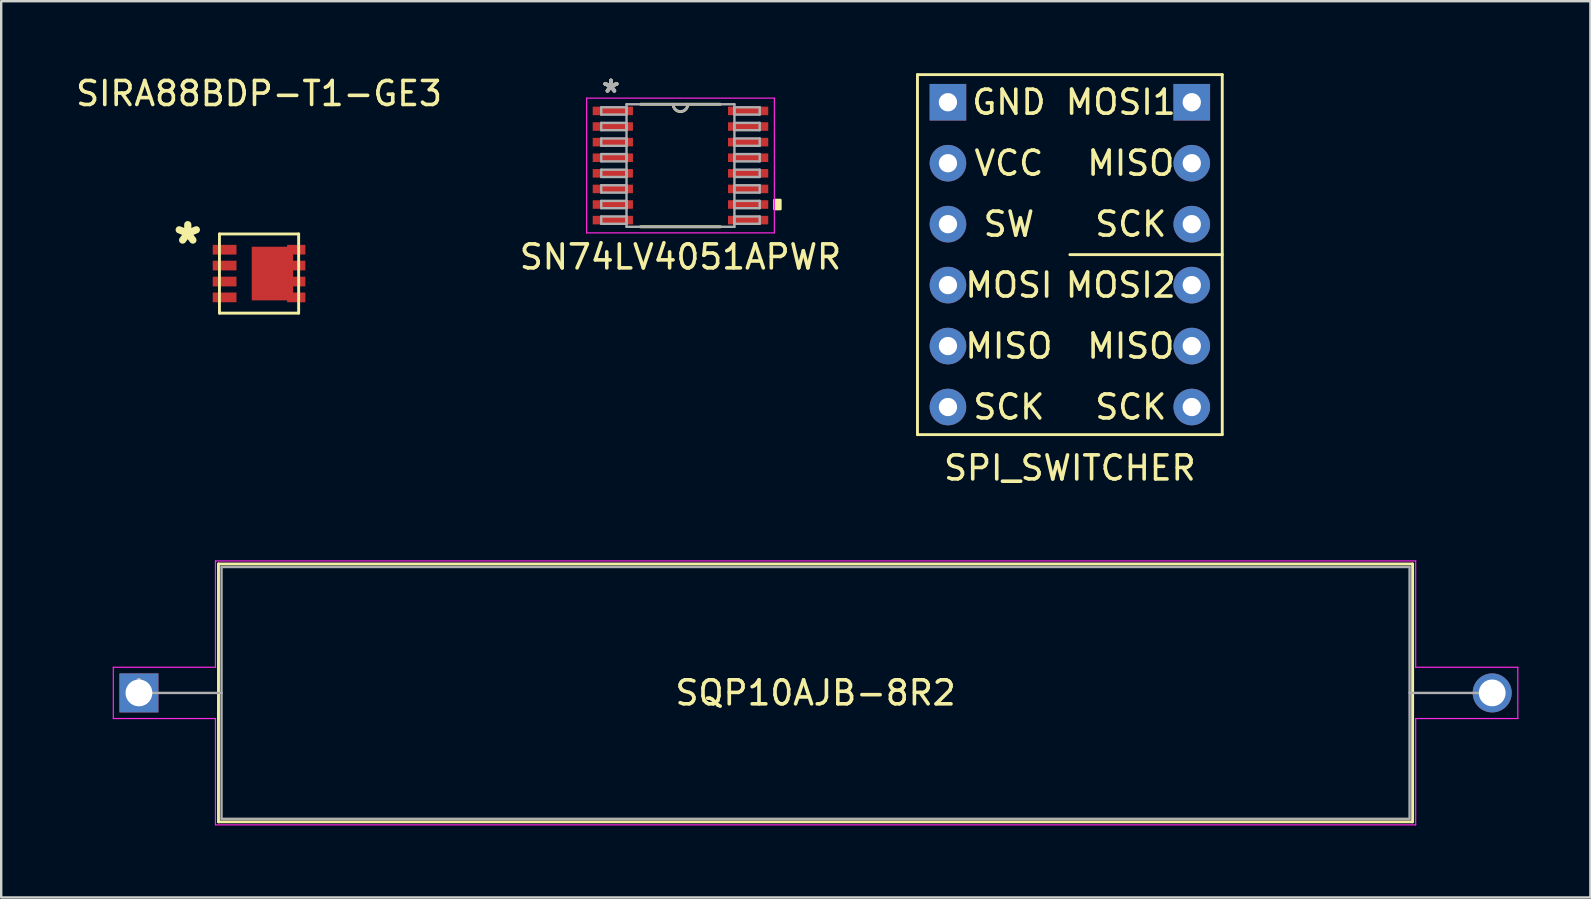
<source format=kicad_pcb>
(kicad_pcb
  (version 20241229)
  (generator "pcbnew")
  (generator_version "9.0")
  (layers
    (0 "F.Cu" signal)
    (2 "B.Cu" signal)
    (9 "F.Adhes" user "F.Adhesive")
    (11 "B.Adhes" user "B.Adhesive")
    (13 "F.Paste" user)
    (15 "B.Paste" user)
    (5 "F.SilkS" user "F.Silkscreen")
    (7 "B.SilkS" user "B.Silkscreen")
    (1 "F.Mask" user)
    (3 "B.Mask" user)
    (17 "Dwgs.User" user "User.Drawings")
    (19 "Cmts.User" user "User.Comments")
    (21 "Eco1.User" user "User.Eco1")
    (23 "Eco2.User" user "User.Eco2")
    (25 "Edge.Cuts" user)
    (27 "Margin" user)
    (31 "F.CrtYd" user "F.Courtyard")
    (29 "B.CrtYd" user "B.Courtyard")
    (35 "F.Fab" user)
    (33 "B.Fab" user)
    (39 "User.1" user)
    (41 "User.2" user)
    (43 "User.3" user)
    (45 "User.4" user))
  (footprint "SQP10AJB-8R2"
    (layer "F.Cu")
    (at 2.739 25.822)
    (property "Reference" "SQP10AJB-8R2" (at 28.194 0 0) (layer "F.SilkS") (effects (font (size 1 1) (thickness 0.15))))
    (attr through_hole)
    (fp_line (start 3.315 -5.372) (end 3.315 5.372) (stroke (width 0.12) (type solid)) (layer "F.SilkS"))
    (fp_line (start 3.315 5.372) (end 53.073 5.372) (stroke (width 0.12) (type solid)) (layer "F.SilkS"))
    (fp_line (start 53.073 -5.372) (end 3.315 -5.372) (stroke (width 0.12) (type solid)) (layer "F.SilkS"))
    (fp_line (start 53.073 5.372) (end 53.073 -5.372) (stroke (width 0.12) (type solid)) (layer "F.SilkS"))
    (fp_line (start -1.067 -1.067) (end 3.188 -1.067) (stroke (width 0.05) (type solid)) (layer "F.CrtYd"))
    (fp_line (start -1.067 1.067) (end -1.067 -1.067) (stroke (width 0.05) (type solid)) (layer "F.CrtYd"))
    (fp_line (start 3.188 -5.499) (end 53.2 -5.499) (stroke (width 0.05) (type solid)) (layer "F.CrtYd"))
    (fp_line (start 3.188 -1.067) (end 3.188 -5.499) (stroke (width 0.05) (type solid)) (layer "F.CrtYd"))
    (fp_line (start 3.188 1.067) (end -1.067 1.067) (stroke (width 0.05) (type solid)) (layer "F.CrtYd"))
    (fp_line (start 3.188 5.499) (end 3.188 1.067) (stroke (width 0.05) (type solid)) (layer "F.CrtYd"))
    (fp_line (start 53.2 -5.499) (end 53.2 -1.067) (stroke (width 0.05) (type solid)) (layer "F.CrtYd"))
    (fp_line (start 53.2 -1.067) (end 57.455 -1.067) (stroke (width 0.05) (type solid)) (layer "F.CrtYd"))
    (fp_line (start 53.2 1.067) (end 53.2 5.499) (stroke (width 0.05) (type solid)) (layer "F.CrtYd"))
    (fp_line (start 53.2 5.499) (end 3.188 5.499) (stroke (width 0.05) (type solid)) (layer "F.CrtYd"))
    (fp_line (start 57.455 -1.067) (end 57.455 1.067) (stroke (width 0.05) (type solid)) (layer "F.CrtYd"))
    (fp_line (start 57.455 1.067) (end 53.2 1.067) (stroke (width 0.05) (type solid)) (layer "F.CrtYd"))
    (fp_line (start 0 0) (end 3.442 0) (stroke (width 0.1) (type solid)) (layer "F.Fab"))
    (fp_line (start 3.442 -5.245) (end 3.442 5.245) (stroke (width 0.1) (type solid)) (layer "F.Fab"))
    (fp_line (start 3.442 5.245) (end 52.946 5.245) (stroke (width 0.1) (type solid)) (layer "F.Fab"))
    (fp_line (start 52.946 -5.245) (end 3.442 -5.245) (stroke (width 0.1) (type solid)) (layer "F.Fab"))
    (fp_line (start 52.946 5.245) (end 52.946 -5.245) (stroke (width 0.1) (type solid)) (layer "F.Fab"))
    (fp_line (start 56.388 0) (end 52.946 0) (stroke (width 0.1) (type solid)) (layer "F.Fab"))
    (fp_text user "*" (at 0 0 0) (layer "F.SilkS") (effects (font (size 1 1) (thickness 0.15))))
    (fp_text user "Copyright 2021 Accelerated Designs. All rights reserved." (at 0 0 0) (layer "Cmts.User") (effects (font (size 0.127 0.127) (thickness 0.002))))
    (fp_text user "*" (at 0 0 0) (layer "F.Fab") (effects (font (size 1 1) (thickness 0.15))))
    (pad "1" thru_hole rect (at 0 0) (size 1.626 1.626) (drill 1.118) (layers "*.Cu" "*.Mask"))
    (pad "2" thru_hole circle (at 56.388 0) (size 1.626 1.626) (drill 1.118) (layers "*.Cu" "*.Mask")))
  (footprint "SPI_SWITCHER"
    (layer "F.Cu")
    (at 36.449 1.21)
    (property "Reference" "SPI_SWITCHER" (at 5.08 15.24 0) (layer "F.SilkS") (effects (font (size 1 1) (thickness 0.15))))
    (attr through_hole)
    (fp_line (start -1.27 -1.15) (end 11.43 -1.15) (stroke (width 0.12) (type solid)) (layer "F.SilkS"))
    (fp_line (start -1.27 13.85) (end -1.27 -1.15) (stroke (width 0.12) (type solid)) (layer "F.SilkS"))
    (fp_line (start 11.43 -1.15) (end 11.43 13.85) (stroke (width 0.12) (type solid)) (layer "F.SilkS"))
    (fp_line (start 11.43 6.35) (end 5.08 6.35) (stroke (width 0.12) (type solid)) (layer "F.SilkS"))
    (fp_line (start 11.43 13.85) (end -1.27 13.85) (stroke (width 0.12) (type solid)) (layer "F.SilkS"))
    (fp_text user "SCK" (at 7.62 12.7 0) (layer "F.SilkS") (effects (font (size 1 1) (thickness 0.15))))
    (fp_text user "MOSI1" (at 7.2 0 0) (layer "F.SilkS") (effects (font (size 1 1) (thickness 0.15))))
    (fp_text user "VCC" (at 2.54 2.54 0) (layer "F.SilkS") (effects (font (size 1 1) (thickness 0.15))))
    (fp_text user "SCK" (at 7.62 5.08 0) (layer "F.SilkS") (effects (font (size 1 1) (thickness 0.15))))
    (fp_text user "SW" (at 2.54 5.08 0) (layer "F.SilkS") (effects (font (size 1 1) (thickness 0.15))))
    (fp_text user "SCK" (at 2.54 12.7 0) (layer "F.SilkS") (effects (font (size 1 1) (thickness 0.15))))
    (fp_text user "MOSI" (at 2.54 7.62 0) (layer "F.SilkS") (effects (font (size 1 1) (thickness 0.15))))
    (fp_text user "MISO" (at 7.62 10.16 0) (layer "F.SilkS") (effects (font (size 1 1) (thickness 0.15))))
    (fp_text user "GND" (at 2.54 0 0) (layer "F.SilkS") (effects (font (size 1 1) (thickness 0.15))))
    (fp_text user "MOSI2" (at 7.2 7.62 0) (layer "F.SilkS") (effects (font (size 1 1) (thickness 0.15))))
    (fp_text user "MISO" (at 7.62 2.54 0) (layer "F.SilkS") (effects (font (size 1 1) (thickness 0.15))))
    (fp_text user "MISO" (at 2.54 10.16 0) (layer "F.SilkS") (effects (font (size 1 1) (thickness 0.15))))
    (pad "1" thru_hole rect (at 0 0) (size 1.524 1.524) (drill 0.762) (layers "*.Cu" "*.Mask"))
    (pad "2" thru_hole circle (at 0 2.54) (size 1.524 1.524) (drill 0.762) (layers "*.Cu" "*.Mask"))
    (pad "3" thru_hole circle (at 0 5.08) (size 1.524 1.524) (drill 0.762) (layers "*.Cu" "*.Mask"))
    (pad "4" thru_hole circle (at 0 7.62) (size 1.524 1.524) (drill 0.762) (layers "*.Cu" "*.Mask"))
    (pad "5" thru_hole circle (at 0 10.16) (size 1.524 1.524) (drill 0.762) (layers "*.Cu" "*.Mask"))
    (pad "6" thru_hole circle (at 0 12.7) (size 1.524 1.524) (drill 0.762) (layers "*.Cu" "*.Mask"))
    (pad "7" thru_hole circle (at 10.16 12.7) (size 1.524 1.524) (drill 0.762) (layers "*.Cu" "*.Mask"))
    (pad "8" thru_hole circle (at 10.16 10.16) (size 1.524 1.524) (drill 0.762) (layers "*.Cu" "*.Mask"))
    (pad "9" thru_hole circle (at 10.16 7.62) (size 1.524 1.524) (drill 0.762) (layers "*.Cu" "*.Mask"))
    (pad "10" thru_hole circle (at 10.16 5.08) (size 1.524 1.524) (drill 0.762) (layers "*.Cu" "*.Mask"))
    (pad "11" thru_hole circle (at 10.16 2.54) (size 1.524 1.524) (drill 0.762) (layers "*.Cu" "*.Mask"))
    (pad "12" thru_hole rect (at 10.16 0) (size 1.524 1.524) (drill 0.762) (layers "*.Cu" "*.Mask")))
  (footprint "SIRA88BDP-T1-GE3"
    (layer "F.Cu")
    (at 7.744 8.348)
    (property "Reference" "SIRA88BDP-T1-GE3" (at 0 -7.5 0) (layer "F.SilkS") (effects (font (size 1 1) (thickness 0.15))))
    (attr through_hole)
    (fp_line (start -1.65 -1.65) (end 1.65 -1.65) (stroke (width 0.12) (type solid)) (layer "F.SilkS"))
    (fp_line (start -1.65 1.65) (end -1.65 -1.65) (stroke (width 0.12) (type solid)) (layer "F.SilkS"))
    (fp_line (start 1.65 -1.65) (end 1.65 1.65) (stroke (width 0.12) (type solid)) (layer "F.SilkS"))
    (fp_line (start 1.65 1.65) (end -1.65 1.65) (stroke (width 0.12) (type solid)) (layer "F.SilkS"))
    (fp_text user "*" (at -2.97 -1.215 0) (layer "F.SilkS") (effects (font (size 1.5 1.5) (thickness 0.3))))
    (pad "1" smd rect (at -1.435 -0.993) (size 0.99 0.405) (layers "F.Cu" "F.Mask" "F.Paste"))
    (pad "2" smd rect (at -1.435 -0.333) (size 0.99 0.405) (layers "F.Cu" "F.Mask" "F.Paste"))
    (pad "3" smd rect (at -1.435 0.333) (size 0.99 0.405) (layers "F.Cu" "F.Mask" "F.Paste"))
    (pad "4" smd rect (at -1.435 0.993) (size 0.99 0.405) (layers "F.Cu" "F.Mask" "F.Paste"))
    (pad "5" smd rect (at 1.55 0.993) (size 0.76 0.405) (layers "F.Cu" "F.Mask" "F.Paste"))
    (pad "6" smd rect (at 1.55 0.333) (size 0.76 0.405) (layers "F.Cu" "F.Mask" "F.Paste"))
    (pad "7" smd rect (at 1.55 -0.333) (size 0.76 0.405) (layers "F.Cu" "F.Mask" "F.Paste"))
    (pad "8" smd rect (at 1.55 -0.993) (size 0.76 0.405) (layers "F.Cu" "F.Mask" "F.Paste"))
    (pad "9" smd rect (at 0.557 0) (size 1.725 2.235) (layers "F.Cu" "F.Mask" "F.Paste")))
  (footprint "SN74LV4051APWR"
    (layer "F.Cu")
    (at 25.304 3.847)
    (property "Reference" "SN74LV4051APWR" (at 0 3.81 0) (layer "F.SilkS") (effects (font (size 1 1) (thickness 0.15))))
    (attr through_hole)
    (fp_line (start -1.664 2.553) (end 1.664 2.553) (stroke (width 0.12) (type solid)) (layer "F.SilkS"))
    (fp_line (start 1.664 -2.553) (end -1.664 -2.553) (stroke (width 0.12) (type solid)) (layer "F.SilkS"))
    (fp_arc (start 0.3048 -2.5527) (mid 0 -2.2479) (end -0.3048 -2.5527) (stroke (width 0.12) (type solid)) (layer "F.SilkS"))
    (fp_poly (pts (xy 4.166 1.435) (xy 4.166 1.816) (xy 3.912 1.816) (xy 3.912 1.435)) (stroke (width 0.1) (type solid)) (fill yes) (layer "F.SilkS"))
    (fp_line (start -3.912 -2.807) (end 3.912 -2.807) (stroke (width 0.05) (type solid)) (layer "F.CrtYd"))
    (fp_line (start -3.912 2.807) (end -3.912 -2.807) (stroke (width 0.05) (type solid)) (layer "F.CrtYd"))
    (fp_line (start 3.912 -2.807) (end 3.912 2.807) (stroke (width 0.05) (type solid)) (layer "F.CrtYd"))
    (fp_line (start 3.912 2.807) (end -3.912 2.807) (stroke (width 0.05) (type solid)) (layer "F.CrtYd"))
    (fp_line (start -3.302 -2.427) (end -3.302 -2.123) (stroke (width 0.1) (type solid)) (layer "F.Fab"))
    (fp_line (start -3.302 -2.123) (end -2.248 -2.123) (stroke (width 0.1) (type solid)) (layer "F.Fab"))
    (fp_line (start -3.302 -1.777) (end -3.302 -1.473) (stroke (width 0.1) (type solid)) (layer "F.Fab"))
    (fp_line (start -3.302 -1.473) (end -2.248 -1.473) (stroke (width 0.1) (type solid)) (layer "F.Fab"))
    (fp_line (start -3.302 -1.127) (end -3.302 -0.823) (stroke (width 0.1) (type solid)) (layer "F.Fab"))
    (fp_line (start -3.302 -0.823) (end -2.248 -0.823) (stroke (width 0.1) (type solid)) (layer "F.Fab"))
    (fp_line (start -3.302 -0.477) (end -3.302 -0.173) (stroke (width 0.1) (type solid)) (layer "F.Fab"))
    (fp_line (start -3.302 -0.173) (end -2.248 -0.173) (stroke (width 0.1) (type solid)) (layer "F.Fab"))
    (fp_line (start -3.302 0.173) (end -3.302 0.477) (stroke (width 0.1) (type solid)) (layer "F.Fab"))
    (fp_line (start -3.302 0.477) (end -2.248 0.477) (stroke (width 0.1) (type solid)) (layer "F.Fab"))
    (fp_line (start -3.302 0.823) (end -3.302 1.127) (stroke (width 0.1) (type solid)) (layer "F.Fab"))
    (fp_line (start -3.302 1.127) (end -2.248 1.127) (stroke (width 0.1) (type solid)) (layer "F.Fab"))
    (fp_line (start -3.302 1.473) (end -3.302 1.777) (stroke (width 0.1) (type solid)) (layer "F.Fab"))
    (fp_line (start -3.302 1.777) (end -2.248 1.777) (stroke (width 0.1) (type solid)) (layer "F.Fab"))
    (fp_line (start -3.302 2.123) (end -3.302 2.427) (stroke (width 0.1) (type solid)) (layer "F.Fab"))
    (fp_line (start -3.302 2.427) (end -2.248 2.427) (stroke (width 0.1) (type solid)) (layer "F.Fab"))
    (fp_line (start -2.248 -2.553) (end -2.248 2.553) (stroke (width 0.1) (type solid)) (layer "F.Fab"))
    (fp_line (start -2.248 -2.427) (end -3.302 -2.427) (stroke (width 0.1) (type solid)) (layer "F.Fab"))
    (fp_line (start -2.248 -2.123) (end -2.248 -2.427) (stroke (width 0.1) (type solid)) (layer "F.Fab"))
    (fp_line (start -2.248 -1.777) (end -3.302 -1.777) (stroke (width 0.1) (type solid)) (layer "F.Fab"))
    (fp_line (start -2.248 -1.473) (end -2.248 -1.777) (stroke (width 0.1) (type solid)) (layer "F.Fab"))
    (fp_line (start -2.248 -1.127) (end -3.302 -1.127) (stroke (width 0.1) (type solid)) (layer "F.Fab"))
    (fp_line (start -2.248 -0.823) (end -2.248 -1.127) (stroke (width 0.1) (type solid)) (layer "F.Fab"))
    (fp_line (start -2.248 -0.477) (end -3.302 -0.477) (stroke (width 0.1) (type solid)) (layer "F.Fab"))
    (fp_line (start -2.248 -0.173) (end -2.248 -0.477) (stroke (width 0.1) (type solid)) (layer "F.Fab"))
    (fp_line (start -2.248 0.173) (end -3.302 0.173) (stroke (width 0.1) (type solid)) (layer "F.Fab"))
    (fp_line (start -2.248 0.477) (end -2.248 0.173) (stroke (width 0.1) (type solid)) (layer "F.Fab"))
    (fp_line (start -2.248 0.823) (end -3.302 0.823) (stroke (width 0.1) (type solid)) (layer "F.Fab"))
    (fp_line (start -2.248 1.127) (end -2.248 0.823) (stroke (width 0.1) (type solid)) (layer "F.Fab"))
    (fp_line (start -2.248 1.473) (end -3.302 1.473) (stroke (width 0.1) (type solid)) (layer "F.Fab"))
    (fp_line (start -2.248 1.777) (end -2.248 1.473) (stroke (width 0.1) (type solid)) (layer "F.Fab"))
    (fp_line (start -2.248 2.123) (end -3.302 2.123) (stroke (width 0.1) (type solid)) (layer "F.Fab"))
    (fp_line (start -2.248 2.427) (end -2.248 2.123) (stroke (width 0.1) (type solid)) (layer "F.Fab"))
    (fp_line (start -2.248 2.553) (end 2.248 2.553) (stroke (width 0.1) (type solid)) (layer "F.Fab"))
    (fp_line (start 2.248 -2.553) (end -2.248 -2.553) (stroke (width 0.1) (type solid)) (layer "F.Fab"))
    (fp_line (start 2.248 -2.427) (end 2.248 -2.123) (stroke (width 0.1) (type solid)) (layer "F.Fab"))
    (fp_line (start 2.248 -2.123) (end 3.302 -2.123) (stroke (width 0.1) (type solid)) (layer "F.Fab"))
    (fp_line (start 2.248 -1.777) (end 2.248 -1.473) (stroke (width 0.1) (type solid)) (layer "F.Fab"))
    (fp_line (start 2.248 -1.473) (end 3.302 -1.473) (stroke (width 0.1) (type solid)) (layer "F.Fab"))
    (fp_line (start 2.248 -1.127) (end 2.248 -0.823) (stroke (width 0.1) (type solid)) (layer "F.Fab"))
    (fp_line (start 2.248 -0.823) (end 3.302 -0.823) (stroke (width 0.1) (type solid)) (layer "F.Fab"))
    (fp_line (start 2.248 -0.477) (end 2.248 -0.173) (stroke (width 0.1) (type solid)) (layer "F.Fab"))
    (fp_line (start 2.248 -0.173) (end 3.302 -0.173) (stroke (width 0.1) (type solid)) (layer "F.Fab"))
    (fp_line (start 2.248 0.173) (end 2.248 0.477) (stroke (width 0.1) (type solid)) (layer "F.Fab"))
    (fp_line (start 2.248 0.477) (end 3.302 0.477) (stroke (width 0.1) (type solid)) (layer "F.Fab"))
    (fp_line (start 2.248 0.823) (end 2.248 1.127) (stroke (width 0.1) (type solid)) (layer "F.Fab"))
    (fp_line (start 2.248 1.127) (end 3.302 1.127) (stroke (width 0.1) (type solid)) (layer "F.Fab"))
    (fp_line (start 2.248 1.473) (end 2.248 1.777) (stroke (width 0.1) (type solid)) (layer "F.Fab"))
    (fp_line (start 2.248 1.777) (end 3.302 1.777) (stroke (width 0.1) (type solid)) (layer "F.Fab"))
    (fp_line (start 2.248 2.123) (end 2.248 2.427) (stroke (width 0.1) (type solid)) (layer "F.Fab"))
    (fp_line (start 2.248 2.427) (end 3.302 2.427) (stroke (width 0.1) (type solid)) (layer "F.Fab"))
    (fp_line (start 2.248 2.553) (end 2.248 -2.553) (stroke (width 0.1) (type solid)) (layer "F.Fab"))
    (fp_line (start 3.302 -2.427) (end 2.248 -2.427) (stroke (width 0.1) (type solid)) (layer "F.Fab"))
    (fp_line (start 3.302 -2.123) (end 3.302 -2.427) (stroke (width 0.1) (type solid)) (layer "F.Fab"))
    (fp_line (start 3.302 -1.777) (end 2.248 -1.777) (stroke (width 0.1) (type solid)) (layer "F.Fab"))
    (fp_line (start 3.302 -1.473) (end 3.302 -1.777) (stroke (width 0.1) (type solid)) (layer "F.Fab"))
    (fp_line (start 3.302 -1.127) (end 2.248 -1.127) (stroke (width 0.1) (type solid)) (layer "F.Fab"))
    (fp_line (start 3.302 -0.823) (end 3.302 -1.127) (stroke (width 0.1) (type solid)) (layer "F.Fab"))
    (fp_line (start 3.302 -0.477) (end 2.248 -0.477) (stroke (width 0.1) (type solid)) (layer "F.Fab"))
    (fp_line (start 3.302 -0.173) (end 3.302 -0.477) (stroke (width 0.1) (type solid)) (layer "F.Fab"))
    (fp_line (start 3.302 0.173) (end 2.248 0.173) (stroke (width 0.1) (type solid)) (layer "F.Fab"))
    (fp_line (start 3.302 0.477) (end 3.302 0.173) (stroke (width 0.1) (type solid)) (layer "F.Fab"))
    (fp_line (start 3.302 0.823) (end 2.248 0.823) (stroke (width 0.1) (type solid)) (layer "F.Fab"))
    (fp_line (start 3.302 1.127) (end 3.302 0.823) (stroke (width 0.1) (type solid)) (layer "F.Fab"))
    (fp_line (start 3.302 1.473) (end 2.248 1.473) (stroke (width 0.1) (type solid)) (layer "F.Fab"))
    (fp_line (start 3.302 1.777) (end 3.302 1.473) (stroke (width 0.1) (type solid)) (layer "F.Fab"))
    (fp_line (start 3.302 2.123) (end 2.248 2.123) (stroke (width 0.1) (type solid)) (layer "F.Fab"))
    (fp_line (start 3.302 2.427) (end 3.302 2.123) (stroke (width 0.1) (type solid)) (layer "F.Fab"))
    (fp_arc (start 0.3048 -2.5527) (mid 0 -2.2479) (end -0.3048 -2.5527) (stroke (width 0.1) (type solid)) (layer "F.Fab"))
    (fp_text user "*" (at -2.898 -2.999 0) (layer "F.SilkS") (effects (font (size 1 1) (thickness 0.15))))
    (fp_text user "*" (at -2.898 -2.999 0) (layer "F.SilkS") (effects (font (size 1 1) (thickness 0.15))))
    (fp_text user "Copyright 2021 Accelerated Designs. All rights reserved." (at 0 0 0) (layer "Cmts.User") (effects (font (size 0.127 0.127) (thickness 0.002))))
    (fp_text user "*" (at -2.898 -2.999 0) (layer "F.Fab") (effects (font (size 1 1) (thickness 0.15))))
    (fp_text user "*" (at -2.898 -2.999 0) (layer "F.Fab") (effects (font (size 1 1) (thickness 0.15))))
    (pad "1" smd rect (at -2.819 -2.275) (size 1.676 0.356) (layers "F.Cu" "F.Mask" "F.Paste"))
    (pad "2" smd rect (at -2.819 -1.625) (size 1.676 0.356) (layers "F.Cu" "F.Mask" "F.Paste"))
    (pad "3" smd rect (at -2.819 -0.975) (size 1.676 0.356) (layers "F.Cu" "F.Mask" "F.Paste"))
    (pad "4" smd rect (at -2.819 -0.325) (size 1.676 0.356) (layers "F.Cu" "F.Mask" "F.Paste"))
    (pad "5" smd rect (at -2.819 0.325) (size 1.676 0.356) (layers "F.Cu" "F.Mask" "F.Paste"))
    (pad "6" smd rect (at -2.819 0.975) (size 1.676 0.356) (layers "F.Cu" "F.Mask" "F.Paste"))
    (pad "7" smd rect (at -2.819 1.625) (size 1.676 0.356) (layers "F.Cu" "F.Mask" "F.Paste"))
    (pad "8" smd rect (at -2.819 2.275) (size 1.676 0.356) (layers "F.Cu" "F.Mask" "F.Paste"))
    (pad "9" smd rect (at 2.819 2.275) (size 1.676 0.356) (layers "F.Cu" "F.Mask" "F.Paste"))
    (pad "10" smd rect (at 2.819 1.625) (size 1.676 0.356) (layers "F.Cu" "F.Mask" "F.Paste"))
    (pad "11" smd rect (at 2.819 0.975) (size 1.676 0.356) (layers "F.Cu" "F.Mask" "F.Paste"))
    (pad "12" smd rect (at 2.819 0.325) (size 1.676 0.356) (layers "F.Cu" "F.Mask" "F.Paste"))
    (pad "13" smd rect (at 2.819 -0.325) (size 1.676 0.356) (layers "F.Cu" "F.Mask" "F.Paste"))
    (pad "14" smd rect (at 2.819 -0.975) (size 1.676 0.356) (layers "F.Cu" "F.Mask" "F.Paste"))
    (pad "15" smd rect (at 2.819 -1.625) (size 1.676 0.356) (layers "F.Cu" "F.Mask" "F.Paste"))
    (pad "16" smd rect (at 2.819 -2.275) (size 1.676 0.356) (layers "F.Cu" "F.Mask" "F.Paste")))
  (gr_rect
    (start -3 -3)
    (end 63.219 34.346)
    (stroke (width 0.1) (type default))
    (fill no)
    (layer "Edge.Cuts")))
</source>
